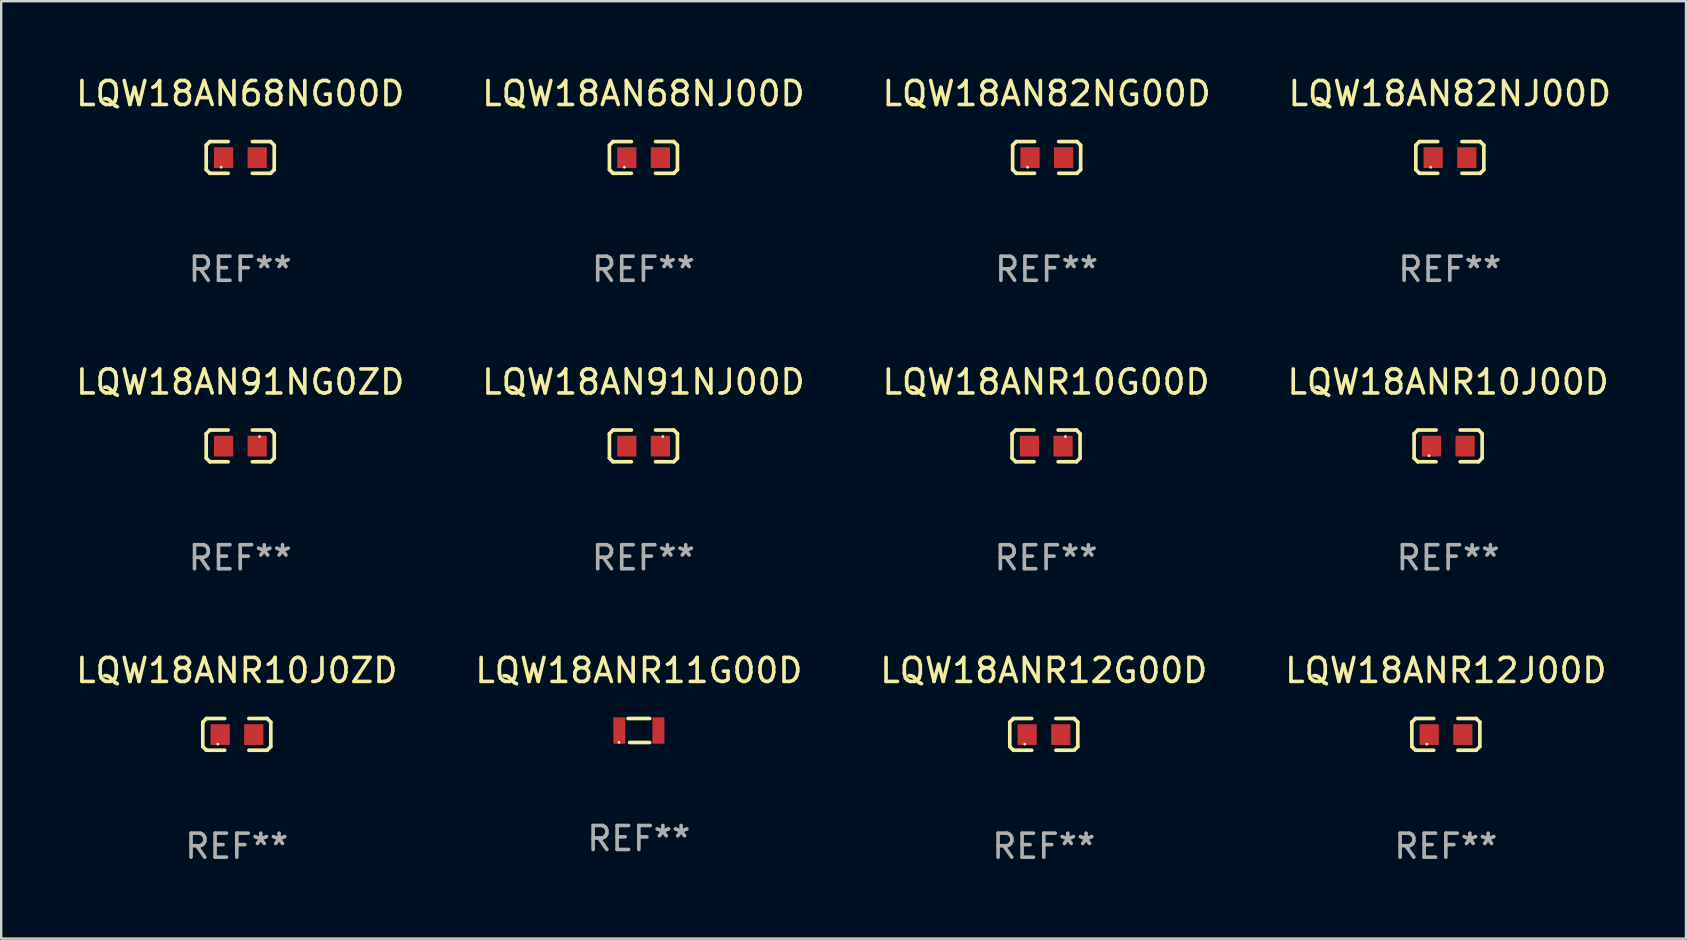
<source format=kicad_pcb>
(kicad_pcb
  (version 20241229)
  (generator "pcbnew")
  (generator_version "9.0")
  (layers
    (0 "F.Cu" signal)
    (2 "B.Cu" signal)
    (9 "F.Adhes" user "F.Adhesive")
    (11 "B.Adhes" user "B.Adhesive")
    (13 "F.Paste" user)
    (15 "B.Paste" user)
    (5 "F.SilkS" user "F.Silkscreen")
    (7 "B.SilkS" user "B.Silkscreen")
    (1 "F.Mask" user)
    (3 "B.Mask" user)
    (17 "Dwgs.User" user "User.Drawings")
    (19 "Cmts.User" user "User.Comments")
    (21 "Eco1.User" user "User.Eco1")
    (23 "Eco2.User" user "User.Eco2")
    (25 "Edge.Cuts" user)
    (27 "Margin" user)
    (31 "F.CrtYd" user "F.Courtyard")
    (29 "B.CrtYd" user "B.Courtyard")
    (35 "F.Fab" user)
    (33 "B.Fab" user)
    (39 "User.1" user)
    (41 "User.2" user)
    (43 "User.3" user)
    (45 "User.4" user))
  (footprint "LQW18ANR12G00D"
    (layer "F.Cu")
    (at 40.435 27.544)
    (property "Reference" "LQW18ANR12G00D" (at 0 -2.661 0) (layer "F.SilkS") (effects (font (size 1 1) (thickness 0.15))))
    (attr through_hole)
    (fp_line (start -1.417 -0.508) (end -1.265 -0.661) (stroke (width 0.152) (type solid)) (layer "F.SilkS"))
    (fp_line (start -1.417 0.508) (end -1.417 -0.508) (stroke (width 0.152) (type solid)) (layer "F.SilkS"))
    (fp_line (start -1.265 -0.661) (end -0.503 -0.661) (stroke (width 0.152) (type solid)) (layer "F.SilkS"))
    (fp_line (start -1.265 0.661) (end -1.417 0.508) (stroke (width 0.152) (type solid)) (layer "F.SilkS"))
    (fp_line (start -1.265 0.661) (end -0.503 0.661) (stroke (width 0.152) (type solid)) (layer "F.SilkS"))
    (fp_line (start 1.265 -0.661) (end 0.503 -0.661) (stroke (width 0.152) (type solid)) (layer "F.SilkS"))
    (fp_line (start 1.265 -0.661) (end 1.417 -0.508) (stroke (width 0.152) (type solid)) (layer "F.SilkS"))
    (fp_line (start 1.265 0.661) (end 0.503 0.661) (stroke (width 0.152) (type solid)) (layer "F.SilkS"))
    (fp_line (start 1.417 -0.508) (end 1.417 0.508) (stroke (width 0.152) (type solid)) (layer "F.SilkS"))
    (fp_line (start 1.417 0.508) (end 1.265 0.661) (stroke (width 0.152) (type solid)) (layer "F.SilkS"))
    (fp_circle (center -0.793 0.409) (end -0.763 0.409) (stroke (width 0.06) (type solid)) (fill no) (layer "F.SilkS"))
    (fp_text user "REF**" (at 0 4.661 0) (layer "F.Fab") (effects (font (size 1 1) (thickness 0.15))))
    (pad "1" smd rect (at -0.693 0.009 180) (size 0.8 0.864) (layers "F.Cu" "F.Mask" "F.Paste"))
    (pad "2" smd rect (at 0.707 0.009 180) (size 0.8 0.864) (layers "F.Cu" "F.Mask" "F.Paste")))
  (footprint "LQW18ANR10G00D"
    (layer "F.Cu")
    (at 40.53 15.527)
    (property "Reference" "LQW18ANR10G00D" (at 0 -2.661 0) (layer "F.SilkS") (effects (font (size 1 1) (thickness 0.15))))
    (attr through_hole)
    (fp_line (start -1.417 -0.508) (end -1.265 -0.661) (stroke (width 0.152) (type solid)) (layer "F.SilkS"))
    (fp_line (start -1.417 0.508) (end -1.417 -0.508) (stroke (width 0.152) (type solid)) (layer "F.SilkS"))
    (fp_line (start -1.265 -0.661) (end -0.503 -0.661) (stroke (width 0.152) (type solid)) (layer "F.SilkS"))
    (fp_line (start -1.265 0.661) (end -1.417 0.508) (stroke (width 0.152) (type solid)) (layer "F.SilkS"))
    (fp_line (start -1.265 0.661) (end -0.503 0.661) (stroke (width 0.152) (type solid)) (layer "F.SilkS"))
    (fp_line (start 1.265 -0.661) (end 0.503 -0.661) (stroke (width 0.152) (type solid)) (layer "F.SilkS"))
    (fp_line (start 1.265 -0.661) (end 1.417 -0.508) (stroke (width 0.152) (type solid)) (layer "F.SilkS"))
    (fp_line (start 1.265 0.661) (end 0.503 0.661) (stroke (width 0.152) (type solid)) (layer "F.SilkS"))
    (fp_line (start 1.417 -0.508) (end 1.417 0.508) (stroke (width 0.152) (type solid)) (layer "F.SilkS"))
    (fp_line (start 1.417 0.508) (end 1.265 0.661) (stroke (width 0.152) (type solid)) (layer "F.SilkS"))
    (fp_circle (center 0.807 -0.391) (end 0.837 -0.391) (stroke (width 0.06) (type solid)) (fill no) (layer "F.SilkS"))
    (fp_text user "REF**" (at 0 4.661 0) (layer "F.Fab") (effects (font (size 1 1) (thickness 0.15))))
    (pad "1" smd rect (at 0.707 0.009 180) (size 0.8 0.864) (layers "F.Cu" "F.Mask" "F.Paste"))
    (pad "2" smd rect (at -0.693 0.009 180) (size 0.8 0.864) (layers "F.Cu" "F.Mask" "F.Paste")))
  (footprint "LQW18AN68NJ00D"
    (layer "F.Cu")
    (at 23.756 3.509)
    (property "Reference" "LQW18AN68NJ00D" (at 0 -2.661 0) (layer "F.SilkS") (effects (font (size 1 1) (thickness 0.15))))
    (attr through_hole)
    (fp_line (start -1.417 -0.508) (end -1.265 -0.661) (stroke (width 0.152) (type solid)) (layer "F.SilkS"))
    (fp_line (start -1.417 0.508) (end -1.417 -0.508) (stroke (width 0.152) (type solid)) (layer "F.SilkS"))
    (fp_line (start -1.265 -0.661) (end -0.503 -0.661) (stroke (width 0.152) (type solid)) (layer "F.SilkS"))
    (fp_line (start -1.265 0.661) (end -1.417 0.508) (stroke (width 0.152) (type solid)) (layer "F.SilkS"))
    (fp_line (start -1.265 0.661) (end -0.503 0.661) (stroke (width 0.152) (type solid)) (layer "F.SilkS"))
    (fp_line (start 1.265 -0.661) (end 0.503 -0.661) (stroke (width 0.152) (type solid)) (layer "F.SilkS"))
    (fp_line (start 1.265 -0.661) (end 1.417 -0.508) (stroke (width 0.152) (type solid)) (layer "F.SilkS"))
    (fp_line (start 1.265 0.661) (end 0.503 0.661) (stroke (width 0.152) (type solid)) (layer "F.SilkS"))
    (fp_line (start 1.417 -0.508) (end 1.417 0.508) (stroke (width 0.152) (type solid)) (layer "F.SilkS"))
    (fp_line (start 1.417 0.508) (end 1.265 0.661) (stroke (width 0.152) (type solid)) (layer "F.SilkS"))
    (fp_circle (center -0.793 0.409) (end -0.763 0.409) (stroke (width 0.06) (type solid)) (fill no) (layer "F.SilkS"))
    (fp_text user "REF**" (at 0 4.661 0) (layer "F.Fab") (effects (font (size 1 1) (thickness 0.15))))
    (pad "1" smd rect (at -0.693 0.009 180) (size 0.8 0.864) (layers "F.Cu" "F.Mask" "F.Paste"))
    (pad "2" smd rect (at 0.707 0.009 180) (size 0.8 0.864) (layers "F.Cu" "F.Mask" "F.Paste")))
  (footprint "LQW18AN82NJ00D"
    (layer "F.Cu")
    (at 57.351 3.509)
    (property "Reference" "LQW18AN82NJ00D" (at 0 -2.661 0) (layer "F.SilkS") (effects (font (size 1 1) (thickness 0.15))))
    (attr through_hole)
    (fp_line (start -1.417 -0.508) (end -1.265 -0.661) (stroke (width 0.152) (type solid)) (layer "F.SilkS"))
    (fp_line (start -1.417 0.508) (end -1.417 -0.508) (stroke (width 0.152) (type solid)) (layer "F.SilkS"))
    (fp_line (start -1.265 -0.661) (end -0.503 -0.661) (stroke (width 0.152) (type solid)) (layer "F.SilkS"))
    (fp_line (start -1.265 0.661) (end -1.417 0.508) (stroke (width 0.152) (type solid)) (layer "F.SilkS"))
    (fp_line (start -1.265 0.661) (end -0.503 0.661) (stroke (width 0.152) (type solid)) (layer "F.SilkS"))
    (fp_line (start 1.265 -0.661) (end 0.503 -0.661) (stroke (width 0.152) (type solid)) (layer "F.SilkS"))
    (fp_line (start 1.265 -0.661) (end 1.417 -0.508) (stroke (width 0.152) (type solid)) (layer "F.SilkS"))
    (fp_line (start 1.265 0.661) (end 0.503 0.661) (stroke (width 0.152) (type solid)) (layer "F.SilkS"))
    (fp_line (start 1.417 -0.508) (end 1.417 0.508) (stroke (width 0.152) (type solid)) (layer "F.SilkS"))
    (fp_line (start 1.417 0.508) (end 1.265 0.661) (stroke (width 0.152) (type solid)) (layer "F.SilkS"))
    (fp_circle (center -0.793 0.409) (end -0.763 0.409) (stroke (width 0.06) (type solid)) (fill no) (layer "F.SilkS"))
    (fp_text user "REF**" (at 0 4.661 0) (layer "F.Fab") (effects (font (size 1 1) (thickness 0.15))))
    (pad "1" smd rect (at -0.693 0.009 180) (size 0.8 0.864) (layers "F.Cu" "F.Mask" "F.Paste"))
    (pad "2" smd rect (at 0.707 0.009 180) (size 0.8 0.864) (layers "F.Cu" "F.Mask" "F.Paste")))
  (footprint "LQW18ANR12J00D"
    (layer "F.Cu")
    (at 57.185 27.544)
    (property "Reference" "LQW18ANR12J00D" (at 0 -2.661 0) (layer "F.SilkS") (effects (font (size 1 1) (thickness 0.15))))
    (attr through_hole)
    (fp_line (start -1.417 -0.508) (end -1.265 -0.661) (stroke (width 0.152) (type solid)) (layer "F.SilkS"))
    (fp_line (start -1.417 0.508) (end -1.417 -0.508) (stroke (width 0.152) (type solid)) (layer "F.SilkS"))
    (fp_line (start -1.265 -0.661) (end -0.503 -0.661) (stroke (width 0.152) (type solid)) (layer "F.SilkS"))
    (fp_line (start -1.265 0.661) (end -1.417 0.508) (stroke (width 0.152) (type solid)) (layer "F.SilkS"))
    (fp_line (start -1.265 0.661) (end -0.503 0.661) (stroke (width 0.152) (type solid)) (layer "F.SilkS"))
    (fp_line (start 1.265 -0.661) (end 0.503 -0.661) (stroke (width 0.152) (type solid)) (layer "F.SilkS"))
    (fp_line (start 1.265 -0.661) (end 1.417 -0.508) (stroke (width 0.152) (type solid)) (layer "F.SilkS"))
    (fp_line (start 1.265 0.661) (end 0.503 0.661) (stroke (width 0.152) (type solid)) (layer "F.SilkS"))
    (fp_line (start 1.417 -0.508) (end 1.417 0.508) (stroke (width 0.152) (type solid)) (layer "F.SilkS"))
    (fp_line (start 1.417 0.508) (end 1.265 0.661) (stroke (width 0.152) (type solid)) (layer "F.SilkS"))
    (fp_circle (center -0.793 0.409) (end -0.763 0.409) (stroke (width 0.06) (type solid)) (fill no) (layer "F.SilkS"))
    (fp_text user "REF**" (at 0 4.661 0) (layer "F.Fab") (effects (font (size 1 1) (thickness 0.15))))
    (pad "1" smd rect (at -0.693 0.009 180) (size 0.8 0.864) (layers "F.Cu" "F.Mask" "F.Paste"))
    (pad "2" smd rect (at 0.707 0.009 180) (size 0.8 0.864) (layers "F.Cu" "F.Mask" "F.Paste")))
  (footprint "LQW18ANR10J00D"
    (layer "F.Cu")
    (at 57.28 15.527)
    (property "Reference" "LQW18ANR10J00D" (at 0 -2.661 0) (layer "F.SilkS") (effects (font (size 1 1) (thickness 0.15))))
    (attr through_hole)
    (fp_line (start -1.417 -0.508) (end -1.265 -0.661) (stroke (width 0.152) (type solid)) (layer "F.SilkS"))
    (fp_line (start -1.417 0.508) (end -1.417 -0.508) (stroke (width 0.152) (type solid)) (layer "F.SilkS"))
    (fp_line (start -1.265 -0.661) (end -0.503 -0.661) (stroke (width 0.152) (type solid)) (layer "F.SilkS"))
    (fp_line (start -1.265 0.661) (end -1.417 0.508) (stroke (width 0.152) (type solid)) (layer "F.SilkS"))
    (fp_line (start -1.265 0.661) (end -0.503 0.661) (stroke (width 0.152) (type solid)) (layer "F.SilkS"))
    (fp_line (start 1.265 -0.661) (end 0.503 -0.661) (stroke (width 0.152) (type solid)) (layer "F.SilkS"))
    (fp_line (start 1.265 -0.661) (end 1.417 -0.508) (stroke (width 0.152) (type solid)) (layer "F.SilkS"))
    (fp_line (start 1.265 0.661) (end 0.503 0.661) (stroke (width 0.152) (type solid)) (layer "F.SilkS"))
    (fp_line (start 1.417 -0.508) (end 1.417 0.508) (stroke (width 0.152) (type solid)) (layer "F.SilkS"))
    (fp_line (start 1.417 0.508) (end 1.265 0.661) (stroke (width 0.152) (type solid)) (layer "F.SilkS"))
    (fp_circle (center -0.793 0.409) (end -0.763 0.409) (stroke (width 0.06) (type solid)) (fill no) (layer "F.SilkS"))
    (fp_text user "REF**" (at 0 4.661 0) (layer "F.Fab") (effects (font (size 1 1) (thickness 0.15))))
    (pad "1" smd rect (at -0.693 0.009 180) (size 0.8 0.864) (layers "F.Cu" "F.Mask" "F.Paste"))
    (pad "2" smd rect (at 0.707 0.009 180) (size 0.8 0.864) (layers "F.Cu" "F.Mask" "F.Paste")))
  (footprint "LQW18AN91NG0ZD"
    (layer "F.Cu")
    (at 6.958 15.527)
    (property "Reference" "LQW18AN91NG0ZD" (at 0 -2.661 0) (layer "F.SilkS") (effects (font (size 1 1) (thickness 0.15))))
    (attr through_hole)
    (fp_line (start -1.417 -0.508) (end -1.265 -0.661) (stroke (width 0.152) (type solid)) (layer "F.SilkS"))
    (fp_line (start -1.417 0.508) (end -1.417 -0.508) (stroke (width 0.152) (type solid)) (layer "F.SilkS"))
    (fp_line (start -1.265 -0.661) (end -0.503 -0.661) (stroke (width 0.152) (type solid)) (layer "F.SilkS"))
    (fp_line (start -1.265 0.661) (end -1.417 0.508) (stroke (width 0.152) (type solid)) (layer "F.SilkS"))
    (fp_line (start -1.265 0.661) (end -0.503 0.661) (stroke (width 0.152) (type solid)) (layer "F.SilkS"))
    (fp_line (start 1.265 -0.661) (end 0.503 -0.661) (stroke (width 0.152) (type solid)) (layer "F.SilkS"))
    (fp_line (start 1.265 -0.661) (end 1.417 -0.508) (stroke (width 0.152) (type solid)) (layer "F.SilkS"))
    (fp_line (start 1.265 0.661) (end 0.503 0.661) (stroke (width 0.152) (type solid)) (layer "F.SilkS"))
    (fp_line (start 1.417 -0.508) (end 1.417 0.508) (stroke (width 0.152) (type solid)) (layer "F.SilkS"))
    (fp_line (start 1.417 0.508) (end 1.265 0.661) (stroke (width 0.152) (type solid)) (layer "F.SilkS"))
    (fp_circle (center 0.807 -0.391) (end 0.837 -0.391) (stroke (width 0.06) (type solid)) (fill no) (layer "F.SilkS"))
    (fp_text user "REF**" (at 0 4.661 0) (layer "F.Fab") (effects (font (size 1 1) (thickness 0.15))))
    (pad "1" smd rect (at 0.707 0.009 180) (size 0.8 0.864) (layers "F.Cu" "F.Mask" "F.Paste"))
    (pad "2" smd rect (at -0.693 0.009 180) (size 0.8 0.864) (layers "F.Cu" "F.Mask" "F.Paste")))
  (footprint "LQW18AN68NG00D"
    (layer "F.Cu")
    (at 6.958 3.509)
    (property "Reference" "LQW18AN68NG00D" (at 0 -2.661 0) (layer "F.SilkS") (effects (font (size 1 1) (thickness 0.15))))
    (attr through_hole)
    (fp_line (start -1.417 -0.508) (end -1.265 -0.661) (stroke (width 0.152) (type solid)) (layer "F.SilkS"))
    (fp_line (start -1.417 0.508) (end -1.417 -0.508) (stroke (width 0.152) (type solid)) (layer "F.SilkS"))
    (fp_line (start -1.265 -0.661) (end -0.503 -0.661) (stroke (width 0.152) (type solid)) (layer "F.SilkS"))
    (fp_line (start -1.265 0.661) (end -1.417 0.508) (stroke (width 0.152) (type solid)) (layer "F.SilkS"))
    (fp_line (start -1.265 0.661) (end -0.503 0.661) (stroke (width 0.152) (type solid)) (layer "F.SilkS"))
    (fp_line (start 1.265 -0.661) (end 0.503 -0.661) (stroke (width 0.152) (type solid)) (layer "F.SilkS"))
    (fp_line (start 1.265 -0.661) (end 1.417 -0.508) (stroke (width 0.152) (type solid)) (layer "F.SilkS"))
    (fp_line (start 1.265 0.661) (end 0.503 0.661) (stroke (width 0.152) (type solid)) (layer "F.SilkS"))
    (fp_line (start 1.417 -0.508) (end 1.417 0.508) (stroke (width 0.152) (type solid)) (layer "F.SilkS"))
    (fp_line (start 1.417 0.508) (end 1.265 0.661) (stroke (width 0.152) (type solid)) (layer "F.SilkS"))
    (fp_circle (center -0.793 0.409) (end -0.763 0.409) (stroke (width 0.06) (type solid)) (fill no) (layer "F.SilkS"))
    (fp_text user "REF**" (at 0 4.661 0) (layer "F.Fab") (effects (font (size 1 1) (thickness 0.15))))
    (pad "1" smd rect (at -0.693 0.009 180) (size 0.8 0.864) (layers "F.Cu" "F.Mask" "F.Paste"))
    (pad "2" smd rect (at 0.707 0.009 180) (size 0.8 0.864) (layers "F.Cu" "F.Mask" "F.Paste")))
  (footprint "LQW18ANR11G00D"
    (layer "F.Cu")
    (at 23.565 27.384)
    (property "Reference" "LQW18ANR11G00D" (at 0 -2.5 0) (layer "F.SilkS") (effects (font (size 1 1) (thickness 0.15))))
    (attr through_hole)
    (fp_line (start -0.45 -0.5) (end 0.45 -0.5) (stroke (width 0.152) (type solid)) (layer "F.SilkS"))
    (fp_line (start -0.385 0.5) (end 0.45 0.5) (stroke (width 0.152) (type solid)) (layer "F.SilkS"))
    (fp_circle (center -0.825 0.495) (end -0.795 0.495) (stroke (width 0.06) (type solid)) (fill no) (layer "F.SilkS"))
    (fp_text user "REF**" (at 0 4.5 0) (layer "F.Fab") (effects (font (size 1 1) (thickness 0.15))))
    (pad "1" smd rect (at -0.815 0) (size 0.5 1.1) (layers "F.Cu" "F.Mask" "F.Paste"))
    (pad "2" smd rect (at 0.815 0) (size 0.5 1.1) (layers "F.Cu" "F.Mask" "F.Paste")))
  (footprint "LQW18AN82NG00D"
    (layer "F.Cu")
    (at 40.554 3.509)
    (property "Reference" "LQW18AN82NG00D" (at 0 -2.661 0) (layer "F.SilkS") (effects (font (size 1 1) (thickness 0.15))))
    (attr through_hole)
    (fp_line (start -1.417 -0.508) (end -1.265 -0.661) (stroke (width 0.152) (type solid)) (layer "F.SilkS"))
    (fp_line (start -1.417 0.508) (end -1.417 -0.508) (stroke (width 0.152) (type solid)) (layer "F.SilkS"))
    (fp_line (start -1.265 -0.661) (end -0.503 -0.661) (stroke (width 0.152) (type solid)) (layer "F.SilkS"))
    (fp_line (start -1.265 0.661) (end -1.417 0.508) (stroke (width 0.152) (type solid)) (layer "F.SilkS"))
    (fp_line (start -1.265 0.661) (end -0.503 0.661) (stroke (width 0.152) (type solid)) (layer "F.SilkS"))
    (fp_line (start 1.265 -0.661) (end 0.503 -0.661) (stroke (width 0.152) (type solid)) (layer "F.SilkS"))
    (fp_line (start 1.265 -0.661) (end 1.417 -0.508) (stroke (width 0.152) (type solid)) (layer "F.SilkS"))
    (fp_line (start 1.265 0.661) (end 0.503 0.661) (stroke (width 0.152) (type solid)) (layer "F.SilkS"))
    (fp_line (start 1.417 -0.508) (end 1.417 0.508) (stroke (width 0.152) (type solid)) (layer "F.SilkS"))
    (fp_line (start 1.417 0.508) (end 1.265 0.661) (stroke (width 0.152) (type solid)) (layer "F.SilkS"))
    (fp_circle (center -0.793 0.409) (end -0.763 0.409) (stroke (width 0.06) (type solid)) (fill no) (layer "F.SilkS"))
    (fp_text user "REF**" (at 0 4.661 0) (layer "F.Fab") (effects (font (size 1 1) (thickness 0.15))))
    (pad "1" smd rect (at -0.693 0.009 180) (size 0.8 0.864) (layers "F.Cu" "F.Mask" "F.Paste"))
    (pad "2" smd rect (at 0.707 0.009 180) (size 0.8 0.864) (layers "F.Cu" "F.Mask" "F.Paste")))
  (footprint "LQW18AN91NJ00D"
    (layer "F.Cu")
    (at 23.756 15.527)
    (property "Reference" "LQW18AN91NJ00D" (at 0 -2.661 0) (layer "F.SilkS") (effects (font (size 1 1) (thickness 0.15))))
    (attr through_hole)
    (fp_line (start -1.417 -0.508) (end -1.265 -0.661) (stroke (width 0.152) (type solid)) (layer "F.SilkS"))
    (fp_line (start -1.417 0.508) (end -1.417 -0.508) (stroke (width 0.152) (type solid)) (layer "F.SilkS"))
    (fp_line (start -1.265 -0.661) (end -0.503 -0.661) (stroke (width 0.152) (type solid)) (layer "F.SilkS"))
    (fp_line (start -1.265 0.661) (end -1.417 0.508) (stroke (width 0.152) (type solid)) (layer "F.SilkS"))
    (fp_line (start -1.265 0.661) (end -0.503 0.661) (stroke (width 0.152) (type solid)) (layer "F.SilkS"))
    (fp_line (start 1.265 -0.661) (end 0.503 -0.661) (stroke (width 0.152) (type solid)) (layer "F.SilkS"))
    (fp_line (start 1.265 -0.661) (end 1.417 -0.508) (stroke (width 0.152) (type solid)) (layer "F.SilkS"))
    (fp_line (start 1.265 0.661) (end 0.503 0.661) (stroke (width 0.152) (type solid)) (layer "F.SilkS"))
    (fp_line (start 1.417 -0.508) (end 1.417 0.508) (stroke (width 0.152) (type solid)) (layer "F.SilkS"))
    (fp_line (start 1.417 0.508) (end 1.265 0.661) (stroke (width 0.152) (type solid)) (layer "F.SilkS"))
    (fp_circle (center 0.807 -0.391) (end 0.837 -0.391) (stroke (width 0.06) (type solid)) (fill no) (layer "F.SilkS"))
    (fp_text user "REF**" (at 0 4.661 0) (layer "F.Fab") (effects (font (size 1 1) (thickness 0.15))))
    (pad "1" smd rect (at 0.707 0.009 180) (size 0.8 0.864) (layers "F.Cu" "F.Mask" "F.Paste"))
    (pad "2" smd rect (at -0.693 0.009 180) (size 0.8 0.864) (layers "F.Cu" "F.Mask" "F.Paste")))
  (footprint "LQW18ANR10J0ZD"
    (layer "F.Cu")
    (at 6.815 27.544)
    (property "Reference" "LQW18ANR10J0ZD" (at 0 -2.661 0) (layer "F.SilkS") (effects (font (size 1 1) (thickness 0.15))))
    (attr through_hole)
    (fp_line (start -1.417 -0.508) (end -1.265 -0.661) (stroke (width 0.152) (type solid)) (layer "F.SilkS"))
    (fp_line (start -1.417 0.508) (end -1.417 -0.508) (stroke (width 0.152) (type solid)) (layer "F.SilkS"))
    (fp_line (start -1.265 -0.661) (end -0.503 -0.661) (stroke (width 0.152) (type solid)) (layer "F.SilkS"))
    (fp_line (start -1.265 0.661) (end -1.417 0.508) (stroke (width 0.152) (type solid)) (layer "F.SilkS"))
    (fp_line (start -1.265 0.661) (end -0.503 0.661) (stroke (width 0.152) (type solid)) (layer "F.SilkS"))
    (fp_line (start 1.265 -0.661) (end 0.503 -0.661) (stroke (width 0.152) (type solid)) (layer "F.SilkS"))
    (fp_line (start 1.265 -0.661) (end 1.417 -0.508) (stroke (width 0.152) (type solid)) (layer "F.SilkS"))
    (fp_line (start 1.265 0.661) (end 0.503 0.661) (stroke (width 0.152) (type solid)) (layer "F.SilkS"))
    (fp_line (start 1.417 -0.508) (end 1.417 0.508) (stroke (width 0.152) (type solid)) (layer "F.SilkS"))
    (fp_line (start 1.417 0.508) (end 1.265 0.661) (stroke (width 0.152) (type solid)) (layer "F.SilkS"))
    (fp_circle (center -0.793 0.409) (end -0.763 0.409) (stroke (width 0.06) (type solid)) (fill no) (layer "F.SilkS"))
    (fp_text user "REF**" (at 0 4.661 0) (layer "F.Fab") (effects (font (size 1 1) (thickness 0.15))))
    (pad "1" smd rect (at -0.693 0.009 180) (size 0.8 0.864) (layers "F.Cu" "F.Mask" "F.Paste"))
    (pad "2" smd rect (at 0.707 0.009 180) (size 0.8 0.864) (layers "F.Cu" "F.Mask" "F.Paste")))
  (gr_rect
    (start -3 -3)
    (end 67.19 36.053)
    (stroke (width 0.1) (type default))
    (fill no)
    (layer "Edge.Cuts")))
</source>
